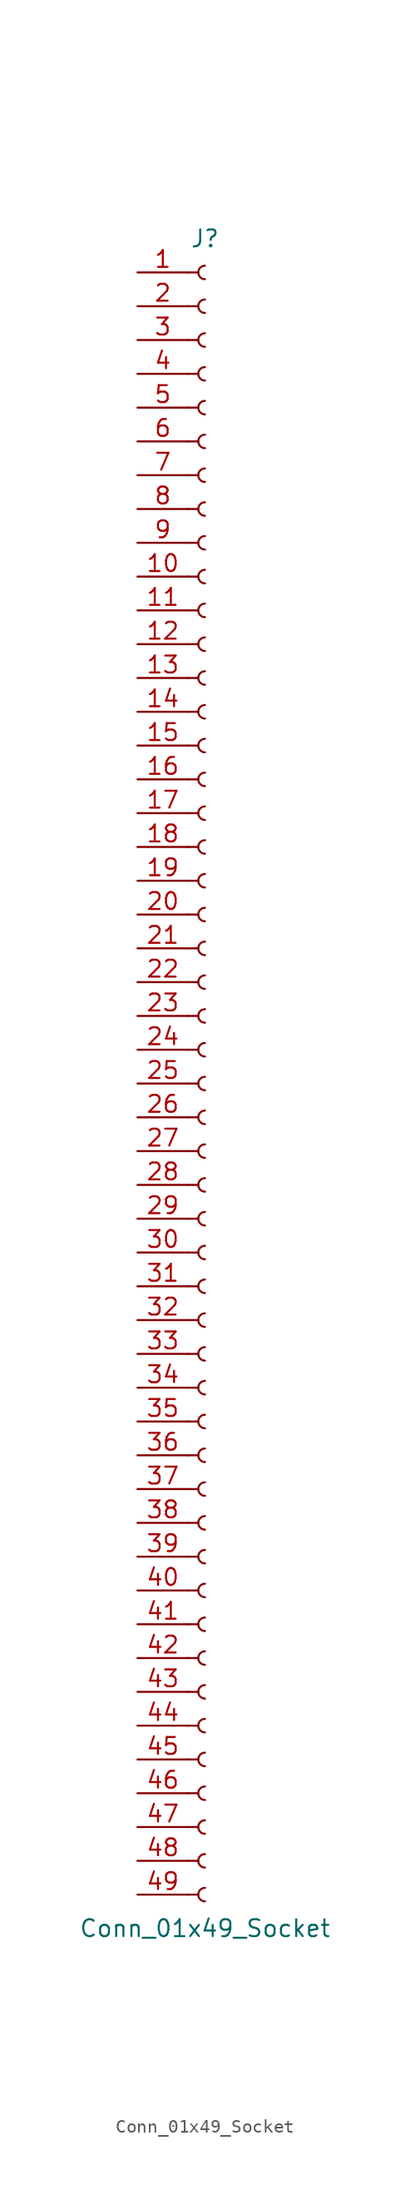
<source format=kicad_sym>
(kicad_symbol_lib
  (version 20241209)
  (generator "kicad_symbol_editor")
  (generator_version "9.0")
  (symbol "Conn_01x49_Socket"
    (pin_names
      (offset 1.016)
      (hide yes))
    (property "Reference" "J"
      (at 0 63.5 0)
      (effects (font (size 1.27 1.27))))
    (property "Value" "Conn_01x49_Socket"
      (at 0 -63.5 0)
      (effects (font (size 1.27 1.27))))
    (property "ki_locked" ""
      (at 0 0 0)
      (effects (font (size 1.27 1.27))))
    (symbol "Conn_01x49_Socket_1_1"
      (polyline (pts (xy -1.27 60.96) (xy -0.508 60.96)) (stroke (width 0.152) (type default)) (fill (type none)))
      (polyline (pts (xy -1.27 58.42) (xy -0.508 58.42)) (stroke (width 0.152) (type default)) (fill (type none)))
      (polyline (pts (xy -1.27 55.88) (xy -0.508 55.88)) (stroke (width 0.152) (type default)) (fill (type none)))
      (polyline (pts (xy -1.27 53.34) (xy -0.508 53.34)) (stroke (width 0.152) (type default)) (fill (type none)))
      (polyline (pts (xy -1.27 50.8) (xy -0.508 50.8)) (stroke (width 0.152) (type default)) (fill (type none)))
      (polyline (pts (xy -1.27 48.26) (xy -0.508 48.26)) (stroke (width 0.152) (type default)) (fill (type none)))
      (polyline (pts (xy -1.27 45.72) (xy -0.508 45.72)) (stroke (width 0.152) (type default)) (fill (type none)))
      (polyline (pts (xy -1.27 43.18) (xy -0.508 43.18)) (stroke (width 0.152) (type default)) (fill (type none)))
      (polyline (pts (xy -1.27 40.64) (xy -0.508 40.64)) (stroke (width 0.152) (type default)) (fill (type none)))
      (polyline (pts (xy -1.27 38.1) (xy -0.508 38.1)) (stroke (width 0.152) (type default)) (fill (type none)))
      (polyline (pts (xy -1.27 35.56) (xy -0.508 35.56)) (stroke (width 0.152) (type default)) (fill (type none)))
      (polyline (pts (xy -1.27 33.02) (xy -0.508 33.02)) (stroke (width 0.152) (type default)) (fill (type none)))
      (polyline (pts (xy -1.27 30.48) (xy -0.508 30.48)) (stroke (width 0.152) (type default)) (fill (type none)))
      (polyline (pts (xy -1.27 27.94) (xy -0.508 27.94)) (stroke (width 0.152) (type default)) (fill (type none)))
      (polyline (pts (xy -1.27 25.4) (xy -0.508 25.4)) (stroke (width 0.152) (type default)) (fill (type none)))
      (polyline (pts (xy -1.27 22.86) (xy -0.508 22.86)) (stroke (width 0.152) (type default)) (fill (type none)))
      (polyline (pts (xy -1.27 20.32) (xy -0.508 20.32)) (stroke (width 0.152) (type default)) (fill (type none)))
      (polyline (pts (xy -1.27 17.78) (xy -0.508 17.78)) (stroke (width 0.152) (type default)) (fill (type none)))
      (polyline (pts (xy -1.27 15.24) (xy -0.508 15.24)) (stroke (width 0.152) (type default)) (fill (type none)))
      (polyline (pts (xy -1.27 12.7) (xy -0.508 12.7)) (stroke (width 0.152) (type default)) (fill (type none)))
      (polyline (pts (xy -1.27 10.16) (xy -0.508 10.16)) (stroke (width 0.152) (type default)) (fill (type none)))
      (polyline (pts (xy -1.27 7.62) (xy -0.508 7.62)) (stroke (width 0.152) (type default)) (fill (type none)))
      (polyline (pts (xy -1.27 5.08) (xy -0.508 5.08)) (stroke (width 0.152) (type default)) (fill (type none)))
      (polyline (pts (xy -1.27 2.54) (xy -0.508 2.54)) (stroke (width 0.152) (type default)) (fill (type none)))
      (polyline (pts (xy -1.27 0) (xy -0.508 0)) (stroke (width 0.152) (type default)) (fill (type none)))
      (polyline (pts (xy -1.27 -2.54) (xy -0.508 -2.54)) (stroke (width 0.152) (type default)) (fill (type none)))
      (polyline (pts (xy -1.27 -5.08) (xy -0.508 -5.08)) (stroke (width 0.152) (type default)) (fill (type none)))
      (polyline (pts (xy -1.27 -7.62) (xy -0.508 -7.62)) (stroke (width 0.152) (type default)) (fill (type none)))
      (polyline (pts (xy -1.27 -10.16) (xy -0.508 -10.16)) (stroke (width 0.152) (type default)) (fill (type none)))
      (polyline (pts (xy -1.27 -12.7) (xy -0.508 -12.7)) (stroke (width 0.152) (type default)) (fill (type none)))
      (polyline (pts (xy -1.27 -15.24) (xy -0.508 -15.24)) (stroke (width 0.152) (type default)) (fill (type none)))
      (polyline (pts (xy -1.27 -17.78) (xy -0.508 -17.78)) (stroke (width 0.152) (type default)) (fill (type none)))
      (polyline (pts (xy -1.27 -20.32) (xy -0.508 -20.32)) (stroke (width 0.152) (type default)) (fill (type none)))
      (polyline (pts (xy -1.27 -22.86) (xy -0.508 -22.86)) (stroke (width 0.152) (type default)) (fill (type none)))
      (polyline (pts (xy -1.27 -25.4) (xy -0.508 -25.4)) (stroke (width 0.152) (type default)) (fill (type none)))
      (polyline (pts (xy -1.27 -27.94) (xy -0.508 -27.94)) (stroke (width 0.152) (type default)) (fill (type none)))
      (polyline (pts (xy -1.27 -30.48) (xy -0.508 -30.48)) (stroke (width 0.152) (type default)) (fill (type none)))
      (polyline (pts (xy -1.27 -33.02) (xy -0.508 -33.02)) (stroke (width 0.152) (type default)) (fill (type none)))
      (polyline (pts (xy -1.27 -35.56) (xy -0.508 -35.56)) (stroke (width 0.152) (type default)) (fill (type none)))
      (polyline (pts (xy -1.27 -38.1) (xy -0.508 -38.1)) (stroke (width 0.152) (type default)) (fill (type none)))
      (polyline (pts (xy -1.27 -40.64) (xy -0.508 -40.64)) (stroke (width 0.152) (type default)) (fill (type none)))
      (polyline (pts (xy -1.27 -43.18) (xy -0.508 -43.18)) (stroke (width 0.152) (type default)) (fill (type none)))
      (polyline (pts (xy -1.27 -45.72) (xy -0.508 -45.72)) (stroke (width 0.152) (type default)) (fill (type none)))
      (polyline (pts (xy -1.27 -48.26) (xy -0.508 -48.26)) (stroke (width 0.152) (type default)) (fill (type none)))
      (polyline (pts (xy -1.27 -50.8) (xy -0.508 -50.8)) (stroke (width 0.152) (type default)) (fill (type none)))
      (polyline (pts (xy -1.27 -53.34) (xy -0.508 -53.34)) (stroke (width 0.152) (type default)) (fill (type none)))
      (polyline (pts (xy -1.27 -55.88) (xy -0.508 -55.88)) (stroke (width 0.152) (type default)) (fill (type none)))
      (polyline (pts (xy -1.27 -58.42) (xy -0.508 -58.42)) (stroke (width 0.152) (type default)) (fill (type none)))
      (polyline (pts (xy -1.27 -60.96) (xy -0.508 -60.96)) (stroke (width 0.152) (type default)) (fill (type none)))
      (arc (start 0 60.452) (mid -0.5058 60.96) (end 0 61.468) (stroke (width 0.1524) (type default)) (fill (type none)))
      (arc (start 0 57.912) (mid -0.5058 58.42) (end 0 58.928) (stroke (width 0.1524) (type default)) (fill (type none)))
      (arc (start 0 55.372) (mid -0.5058 55.88) (end 0 56.388) (stroke (width 0.1524) (type default)) (fill (type none)))
      (arc (start 0 52.832) (mid -0.5058 53.34) (end 0 53.848) (stroke (width 0.1524) (type default)) (fill (type none)))
      (arc (start 0 50.292) (mid -0.5058 50.8) (end 0 51.308) (stroke (width 0.1524) (type default)) (fill (type none)))
      (arc (start 0 47.752) (mid -0.5058 48.26) (end 0 48.768) (stroke (width 0.1524) (type default)) (fill (type none)))
      (arc (start 0 45.212) (mid -0.5058 45.72) (end 0 46.228) (stroke (width 0.1524) (type default)) (fill (type none)))
      (arc (start 0 42.672) (mid -0.5058 43.18) (end 0 43.688) (stroke (width 0.1524) (type default)) (fill (type none)))
      (arc (start 0 40.132) (mid -0.5058 40.64) (end 0 41.148) (stroke (width 0.1524) (type default)) (fill (type none)))
      (arc (start 0 37.592) (mid -0.5058 38.1) (end 0 38.608) (stroke (width 0.1524) (type default)) (fill (type none)))
      (arc (start 0 35.052) (mid -0.5058 35.56) (end 0 36.068) (stroke (width 0.1524) (type default)) (fill (type none)))
      (arc (start 0 32.512) (mid -0.5058 33.02) (end 0 33.528) (stroke (width 0.1524) (type default)) (fill (type none)))
      (arc (start 0 29.972) (mid -0.5058 30.48) (end 0 30.988) (stroke (width 0.1524) (type default)) (fill (type none)))
      (arc (start 0 27.432) (mid -0.5058 27.94) (end 0 28.448) (stroke (width 0.1524) (type default)) (fill (type none)))
      (arc (start 0 24.892) (mid -0.5058 25.4) (end 0 25.908) (stroke (width 0.1524) (type default)) (fill (type none)))
      (arc (start 0 22.352) (mid -0.5058 22.86) (end 0 23.368) (stroke (width 0.1524) (type default)) (fill (type none)))
      (arc (start 0 19.812) (mid -0.5058 20.32) (end 0 20.828) (stroke (width 0.1524) (type default)) (fill (type none)))
      (arc (start 0 17.272) (mid -0.5058 17.78) (end 0 18.288) (stroke (width 0.1524) (type default)) (fill (type none)))
      (arc (start 0 14.732) (mid -0.5058 15.24) (end 0 15.748) (stroke (width 0.1524) (type default)) (fill (type none)))
      (arc (start 0 12.192) (mid -0.5058 12.7) (end 0 13.208) (stroke (width 0.1524) (type default)) (fill (type none)))
      (arc (start 0 9.652) (mid -0.5058 10.16) (end 0 10.668) (stroke (width 0.1524) (type default)) (fill (type none)))
      (arc (start 0 7.112) (mid -0.5058 7.62) (end 0 8.128) (stroke (width 0.1524) (type default)) (fill (type none)))
      (arc (start 0 4.572) (mid -0.5058 5.08) (end 0 5.588) (stroke (width 0.1524) (type default)) (fill (type none)))
      (arc (start 0 2.032) (mid -0.5058 2.54) (end 0 3.048) (stroke (width 0.1524) (type default)) (fill (type none)))
      (arc (start 0 -0.508) (mid -0.5058 0) (end 0 0.508) (stroke (width 0.1524) (type default)) (fill (type none)))
      (arc (start 0 -3.048) (mid -0.5058 -2.54) (end 0 -2.032) (stroke (width 0.1524) (type default)) (fill (type none)))
      (arc (start 0 -5.588) (mid -0.5058 -5.08) (end 0 -4.572) (stroke (width 0.1524) (type default)) (fill (type none)))
      (arc (start 0 -8.128) (mid -0.5058 -7.62) (end 0 -7.112) (stroke (width 0.1524) (type default)) (fill (type none)))
      (arc (start 0 -10.668) (mid -0.5058 -10.16) (end 0 -9.652) (stroke (width 0.1524) (type default)) (fill (type none)))
      (arc (start 0 -13.208) (mid -0.5058 -12.7) (end 0 -12.192) (stroke (width 0.1524) (type default)) (fill (type none)))
      (arc (start 0 -15.748) (mid -0.5058 -15.24) (end 0 -14.732) (stroke (width 0.1524) (type default)) (fill (type none)))
      (arc (start 0 -18.288) (mid -0.5058 -17.78) (end 0 -17.272) (stroke (width 0.1524) (type default)) (fill (type none)))
      (arc (start 0 -20.828) (mid -0.5058 -20.32) (end 0 -19.812) (stroke (width 0.1524) (type default)) (fill (type none)))
      (arc (start 0 -23.368) (mid -0.5058 -22.86) (end 0 -22.352) (stroke (width 0.1524) (type default)) (fill (type none)))
      (arc (start 0 -25.908) (mid -0.5058 -25.4) (end 0 -24.892) (stroke (width 0.1524) (type default)) (fill (type none)))
      (arc (start 0 -28.448) (mid -0.5058 -27.94) (end 0 -27.432) (stroke (width 0.1524) (type default)) (fill (type none)))
      (arc (start 0 -30.988) (mid -0.5058 -30.48) (end 0 -29.972) (stroke (width 0.1524) (type default)) (fill (type none)))
      (arc (start 0 -33.528) (mid -0.5058 -33.02) (end 0 -32.512) (stroke (width 0.1524) (type default)) (fill (type none)))
      (arc (start 0 -36.068) (mid -0.5058 -35.56) (end 0 -35.052) (stroke (width 0.1524) (type default)) (fill (type none)))
      (arc (start 0 -38.608) (mid -0.5058 -38.1) (end 0 -37.592) (stroke (width 0.1524) (type default)) (fill (type none)))
      (arc (start 0 -41.148) (mid -0.5058 -40.64) (end 0 -40.132) (stroke (width 0.1524) (type default)) (fill (type none)))
      (arc (start 0 -43.688) (mid -0.5058 -43.18) (end 0 -42.672) (stroke (width 0.1524) (type default)) (fill (type none)))
      (arc (start 0 -46.228) (mid -0.5058 -45.72) (end 0 -45.212) (stroke (width 0.1524) (type default)) (fill (type none)))
      (arc (start 0 -48.768) (mid -0.5058 -48.26) (end 0 -47.752) (stroke (width 0.1524) (type default)) (fill (type none)))
      (arc (start 0 -51.308) (mid -0.5058 -50.8) (end 0 -50.292) (stroke (width 0.1524) (type default)) (fill (type none)))
      (arc (start 0 -53.848) (mid -0.5058 -53.34) (end 0 -52.832) (stroke (width 0.1524) (type default)) (fill (type none)))
      (arc (start 0 -56.388) (mid -0.5058 -55.88) (end 0 -55.372) (stroke (width 0.1524) (type default)) (fill (type none)))
      (arc (start 0 -58.928) (mid -0.5058 -58.42) (end 0 -57.912) (stroke (width 0.1524) (type default)) (fill (type none)))
      (arc (start 0 -61.468) (mid -0.5058 -60.96) (end 0 -60.452) (stroke (width 0.1524) (type default)) (fill (type none)))
      (pin passive line (at -5.08 60.96 0) (length 3.81) (name "Pin_1" (effects (font (size 1.27 1.27)))) (number "1" (effects (font (size 1.27 1.27)))))
      (pin passive line (at -5.08 58.42 0) (length 3.81) (name "Pin_2" (effects (font (size 1.27 1.27)))) (number "2" (effects (font (size 1.27 1.27)))))
      (pin passive line (at -5.08 55.88 0) (length 3.81) (name "Pin_3" (effects (font (size 1.27 1.27)))) (number "3" (effects (font (size 1.27 1.27)))))
      (pin passive line (at -5.08 53.34 0) (length 3.81) (name "Pin_4" (effects (font (size 1.27 1.27)))) (number "4" (effects (font (size 1.27 1.27)))))
      (pin passive line (at -5.08 50.8 0) (length 3.81) (name "Pin_5" (effects (font (size 1.27 1.27)))) (number "5" (effects (font (size 1.27 1.27)))))
      (pin passive line (at -5.08 48.26 0) (length 3.81) (name "Pin_6" (effects (font (size 1.27 1.27)))) (number "6" (effects (font (size 1.27 1.27)))))
      (pin passive line (at -5.08 45.72 0) (length 3.81) (name "Pin_7" (effects (font (size 1.27 1.27)))) (number "7" (effects (font (size 1.27 1.27)))))
      (pin passive line (at -5.08 43.18 0) (length 3.81) (name "Pin_8" (effects (font (size 1.27 1.27)))) (number "8" (effects (font (size 1.27 1.27)))))
      (pin passive line (at -5.08 40.64 0) (length 3.81) (name "Pin_9" (effects (font (size 1.27 1.27)))) (number "9" (effects (font (size 1.27 1.27)))))
      (pin passive line (at -5.08 38.1 0) (length 3.81) (name "Pin_10" (effects (font (size 1.27 1.27)))) (number "10" (effects (font (size 1.27 1.27)))))
      (pin passive line (at -5.08 35.56 0) (length 3.81) (name "Pin_11" (effects (font (size 1.27 1.27)))) (number "11" (effects (font (size 1.27 1.27)))))
      (pin passive line (at -5.08 33.02 0) (length 3.81) (name "Pin_12" (effects (font (size 1.27 1.27)))) (number "12" (effects (font (size 1.27 1.27)))))
      (pin passive line (at -5.08 30.48 0) (length 3.81) (name "Pin_13" (effects (font (size 1.27 1.27)))) (number "13" (effects (font (size 1.27 1.27)))))
      (pin passive line (at -5.08 27.94 0) (length 3.81) (name "Pin_14" (effects (font (size 1.27 1.27)))) (number "14" (effects (font (size 1.27 1.27)))))
      (pin passive line (at -5.08 25.4 0) (length 3.81) (name "Pin_15" (effects (font (size 1.27 1.27)))) (number "15" (effects (font (size 1.27 1.27)))))
      (pin passive line (at -5.08 22.86 0) (length 3.81) (name "Pin_16" (effects (font (size 1.27 1.27)))) (number "16" (effects (font (size 1.27 1.27)))))
      (pin passive line (at -5.08 20.32 0) (length 3.81) (name "Pin_17" (effects (font (size 1.27 1.27)))) (number "17" (effects (font (size 1.27 1.27)))))
      (pin passive line (at -5.08 17.78 0) (length 3.81) (name "Pin_18" (effects (font (size 1.27 1.27)))) (number "18" (effects (font (size 1.27 1.27)))))
      (pin passive line (at -5.08 15.24 0) (length 3.81) (name "Pin_19" (effects (font (size 1.27 1.27)))) (number "19" (effects (font (size 1.27 1.27)))))
      (pin passive line (at -5.08 12.7 0) (length 3.81) (name "Pin_20" (effects (font (size 1.27 1.27)))) (number "20" (effects (font (size 1.27 1.27)))))
      (pin passive line (at -5.08 10.16 0) (length 3.81) (name "Pin_21" (effects (font (size 1.27 1.27)))) (number "21" (effects (font (size 1.27 1.27)))))
      (pin passive line (at -5.08 7.62 0) (length 3.81) (name "Pin_22" (effects (font (size 1.27 1.27)))) (number "22" (effects (font (size 1.27 1.27)))))
      (pin passive line (at -5.08 5.08 0) (length 3.81) (name "Pin_23" (effects (font (size 1.27 1.27)))) (number "23" (effects (font (size 1.27 1.27)))))
      (pin passive line (at -5.08 2.54 0) (length 3.81) (name "Pin_24" (effects (font (size 1.27 1.27)))) (number "24" (effects (font (size 1.27 1.27)))))
      (pin passive line (at -5.08 0 0) (length 3.81) (name "Pin_25" (effects (font (size 1.27 1.27)))) (number "25" (effects (font (size 1.27 1.27)))))
      (pin passive line (at -5.08 -2.54 0) (length 3.81) (name "Pin_26" (effects (font (size 1.27 1.27)))) (number "26" (effects (font (size 1.27 1.27)))))
      (pin passive line (at -5.08 -5.08 0) (length 3.81) (name "Pin_27" (effects (font (size 1.27 1.27)))) (number "27" (effects (font (size 1.27 1.27)))))
      (pin passive line (at -5.08 -7.62 0) (length 3.81) (name "Pin_28" (effects (font (size 1.27 1.27)))) (number "28" (effects (font (size 1.27 1.27)))))
      (pin passive line (at -5.08 -10.16 0) (length 3.81) (name "Pin_29" (effects (font (size 1.27 1.27)))) (number "29" (effects (font (size 1.27 1.27)))))
      (pin passive line (at -5.08 -12.7 0) (length 3.81) (name "Pin_30" (effects (font (size 1.27 1.27)))) (number "30" (effects (font (size 1.27 1.27)))))
      (pin passive line (at -5.08 -15.24 0) (length 3.81) (name "Pin_31" (effects (font (size 1.27 1.27)))) (number "31" (effects (font (size 1.27 1.27)))))
      (pin passive line (at -5.08 -17.78 0) (length 3.81) (name "Pin_32" (effects (font (size 1.27 1.27)))) (number "32" (effects (font (size 1.27 1.27)))))
      (pin passive line (at -5.08 -20.32 0) (length 3.81) (name "Pin_33" (effects (font (size 1.27 1.27)))) (number "33" (effects (font (size 1.27 1.27)))))
      (pin passive line (at -5.08 -22.86 0) (length 3.81) (name "Pin_34" (effects (font (size 1.27 1.27)))) (number "34" (effects (font (size 1.27 1.27)))))
      (pin passive line (at -5.08 -25.4 0) (length 3.81) (name "Pin_35" (effects (font (size 1.27 1.27)))) (number "35" (effects (font (size 1.27 1.27)))))
      (pin passive line (at -5.08 -27.94 0) (length 3.81) (name "Pin_36" (effects (font (size 1.27 1.27)))) (number "36" (effects (font (size 1.27 1.27)))))
      (pin passive line (at -5.08 -30.48 0) (length 3.81) (name "Pin_37" (effects (font (size 1.27 1.27)))) (number "37" (effects (font (size 1.27 1.27)))))
      (pin passive line (at -5.08 -33.02 0) (length 3.81) (name "Pin_38" (effects (font (size 1.27 1.27)))) (number "38" (effects (font (size 1.27 1.27)))))
      (pin passive line (at -5.08 -35.56 0) (length 3.81) (name "Pin_39" (effects (font (size 1.27 1.27)))) (number "39" (effects (font (size 1.27 1.27)))))
      (pin passive line (at -5.08 -38.1 0) (length 3.81) (name "Pin_40" (effects (font (size 1.27 1.27)))) (number "40" (effects (font (size 1.27 1.27)))))
      (pin passive line (at -5.08 -40.64 0) (length 3.81) (name "Pin_41" (effects (font (size 1.27 1.27)))) (number "41" (effects (font (size 1.27 1.27)))))
      (pin passive line (at -5.08 -43.18 0) (length 3.81) (name "Pin_42" (effects (font (size 1.27 1.27)))) (number "42" (effects (font (size 1.27 1.27)))))
      (pin passive line (at -5.08 -45.72 0) (length 3.81) (name "Pin_43" (effects (font (size 1.27 1.27)))) (number "43" (effects (font (size 1.27 1.27)))))
      (pin passive line (at -5.08 -48.26 0) (length 3.81) (name "Pin_44" (effects (font (size 1.27 1.27)))) (number "44" (effects (font (size 1.27 1.27)))))
      (pin passive line (at -5.08 -50.8 0) (length 3.81) (name "Pin_45" (effects (font (size 1.27 1.27)))) (number "45" (effects (font (size 1.27 1.27)))))
      (pin passive line (at -5.08 -53.34 0) (length 3.81) (name "Pin_46" (effects (font (size 1.27 1.27)))) (number "46" (effects (font (size 1.27 1.27)))))
      (pin passive line (at -5.08 -55.88 0) (length 3.81) (name "Pin_47" (effects (font (size 1.27 1.27)))) (number "47" (effects (font (size 1.27 1.27)))))
      (pin passive line (at -5.08 -58.42 0) (length 3.81) (name "Pin_48" (effects (font (size 1.27 1.27)))) (number "48" (effects (font (size 1.27 1.27)))))
      (pin passive line (at -5.08 -60.96 0) (length 3.81) (name "Pin_49" (effects (font (size 1.27 1.27)))) (number "49" (effects (font (size 1.27 1.27))))))))
</source>
